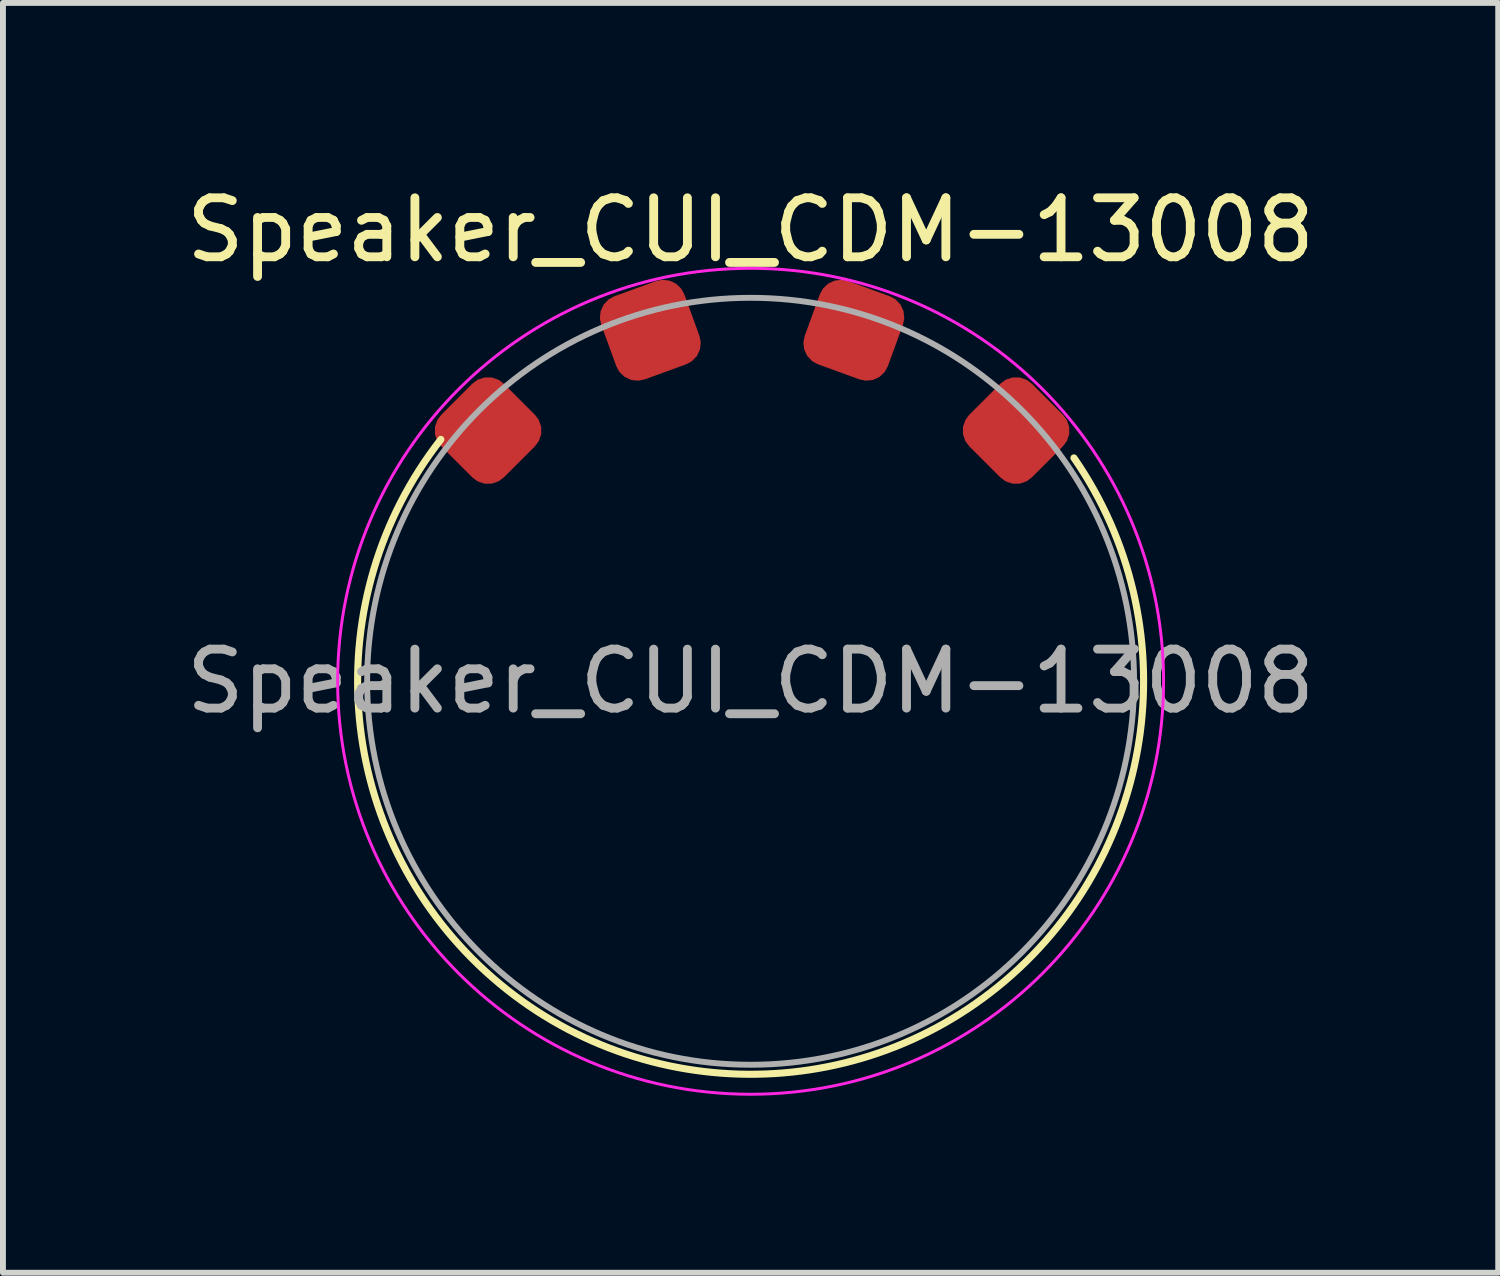
<source format=kicad_pcb>
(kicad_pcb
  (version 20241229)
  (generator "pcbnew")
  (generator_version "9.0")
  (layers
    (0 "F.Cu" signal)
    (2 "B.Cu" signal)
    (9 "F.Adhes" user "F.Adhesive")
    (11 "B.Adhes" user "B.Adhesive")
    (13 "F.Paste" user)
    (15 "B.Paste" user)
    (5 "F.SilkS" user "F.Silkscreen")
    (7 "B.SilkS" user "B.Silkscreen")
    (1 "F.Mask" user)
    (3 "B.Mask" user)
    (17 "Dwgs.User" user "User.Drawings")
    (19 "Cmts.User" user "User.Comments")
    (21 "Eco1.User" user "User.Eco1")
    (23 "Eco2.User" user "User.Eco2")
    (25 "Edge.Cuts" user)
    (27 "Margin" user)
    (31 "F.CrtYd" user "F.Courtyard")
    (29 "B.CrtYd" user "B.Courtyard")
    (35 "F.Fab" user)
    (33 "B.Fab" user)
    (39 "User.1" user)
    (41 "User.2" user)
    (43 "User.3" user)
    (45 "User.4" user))
  (footprint "Speaker_CUI_CDM-13008"
    (layer "F.Cu")
    (at 9.673 8.498)
    (property "Reference" "Speaker_CUI_CDM-13008" (at 0 -7.65 0) (layer "F.SilkS") (effects (font (size 1 1) (thickness 0.15))))
    (attr through_hole)
    (fp_arc (start 5.480427 -3.786477) (mid -0.194546 6.658426) (end -5.249999 -4.099999) (stroke (width 0.12) (type solid)) (layer "F.SilkS"))
    (fp_circle (center 0 0) (end 7 0) (stroke (width 0.05) (type solid)) (fill no) (layer "F.CrtYd"))
    (fp_circle (center 0 0) (end 6.5 0) (stroke (width 0.1) (type solid)) (fill no) (layer "F.Fab"))
    (fp_text user "${REFERENCE}" (at 0 0 0) (layer "F.Fab") (effects (font (size 1 1) (thickness 0.15))))
    (pad "" smd roundrect (at -4.45 -4.25 315) (size 1.5 1.5) (layers "F.Cu" "F.Mask") (roundrect_rratio 0.25))
    (pad "" smd roundrect (at 4.5 -4.25 45) (size 1.5 1.5) (layers "F.Cu" "F.Mask") (roundrect_rratio 0.25))
    (pad "+" smd roundrect (at 1.75 -5.95 70) (size 1.5 1.5) (layers "F.Cu" "F.Mask") (roundrect_rratio 0.25))
    (pad "-" smd roundrect (at -1.7 -5.95 290) (size 1.5 1.5) (layers "F.Cu" "F.Mask") (roundrect_rratio 0.25)))
  (gr_rect
    (start -3 -3)
    (end 22.345 18.523)
    (stroke (width 0.1) (type default))
    (fill no)
    (layer "Edge.Cuts")))
</source>
